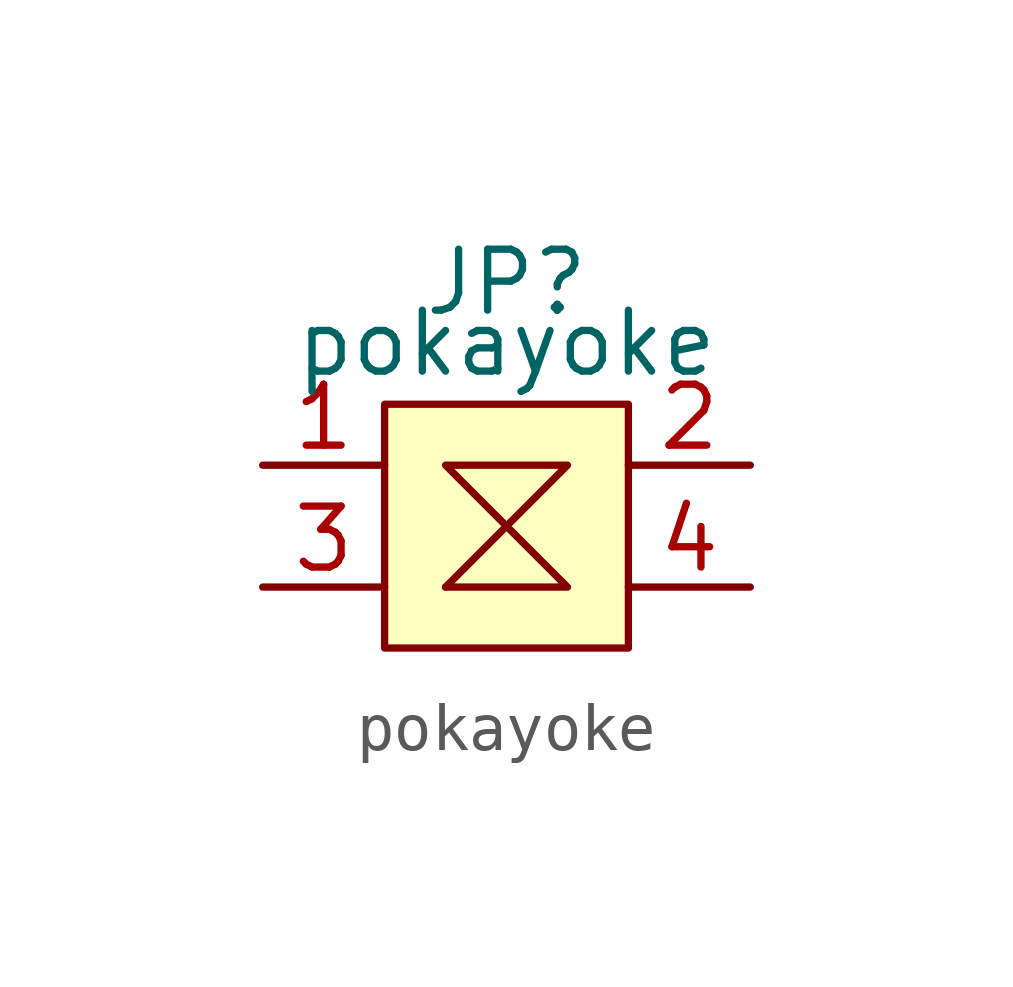
<source format=kicad_sym>
(kicad_symbol_lib
  (version 20241209)
  (generator "kicad_symbol_editor")
  (generator_version "9.0")
  (symbol "pokayoke"
    (property "Reference" "JP"
      (at 1.27 3.81 0)
      (effects (font (size 1.27 1.27))))
    (property "Value" "pokayoke"
      (at 1.27 2.54 0)
      (effects (font (size 1.27 1.27))))
    (symbol "pokayoke_0_1"
      (polyline (pts (xy 0 0) (xy 2.54 0) (xy 0 -2.54) (xy 2.54 -2.54) (xy 0 0)) (stroke (width 0) (type default)) (fill (type none)))
      (polyline (pts (xy 0 -2.54) (xy 0 -2.54)) (stroke (width 0) (type default)) (fill (type none))))
    (symbol "pokayoke_1_1"
      (rectangle (start -1.27 1.27) (end 3.81 -3.81) (stroke (width 0) (type solid)) (fill (type background)))
      (pin bidirectional line (at -3.81 0 0) (length 2.54) (name "" (effects (font (size 1.27 1.27)))) (number "1" (effects (font (size 1.27 1.27)))))
      (pin bidirectional line (at -3.81 -2.54 0) (length 2.54) (name "" (effects (font (size 1.27 1.27)))) (number "3" (effects (font (size 1.27 1.27)))))
      (pin bidirectional line (at 6.35 0 180) (length 2.54) (name "" (effects (font (size 1.27 1.27)))) (number "2" (effects (font (size 1.27 1.27)))))
      (pin bidirectional line (at 6.35 -2.54 180) (length 2.54) (name "" (effects (font (size 1.27 1.27)))) (number "4" (effects (font (size 1.27 1.27))))))))
</source>
